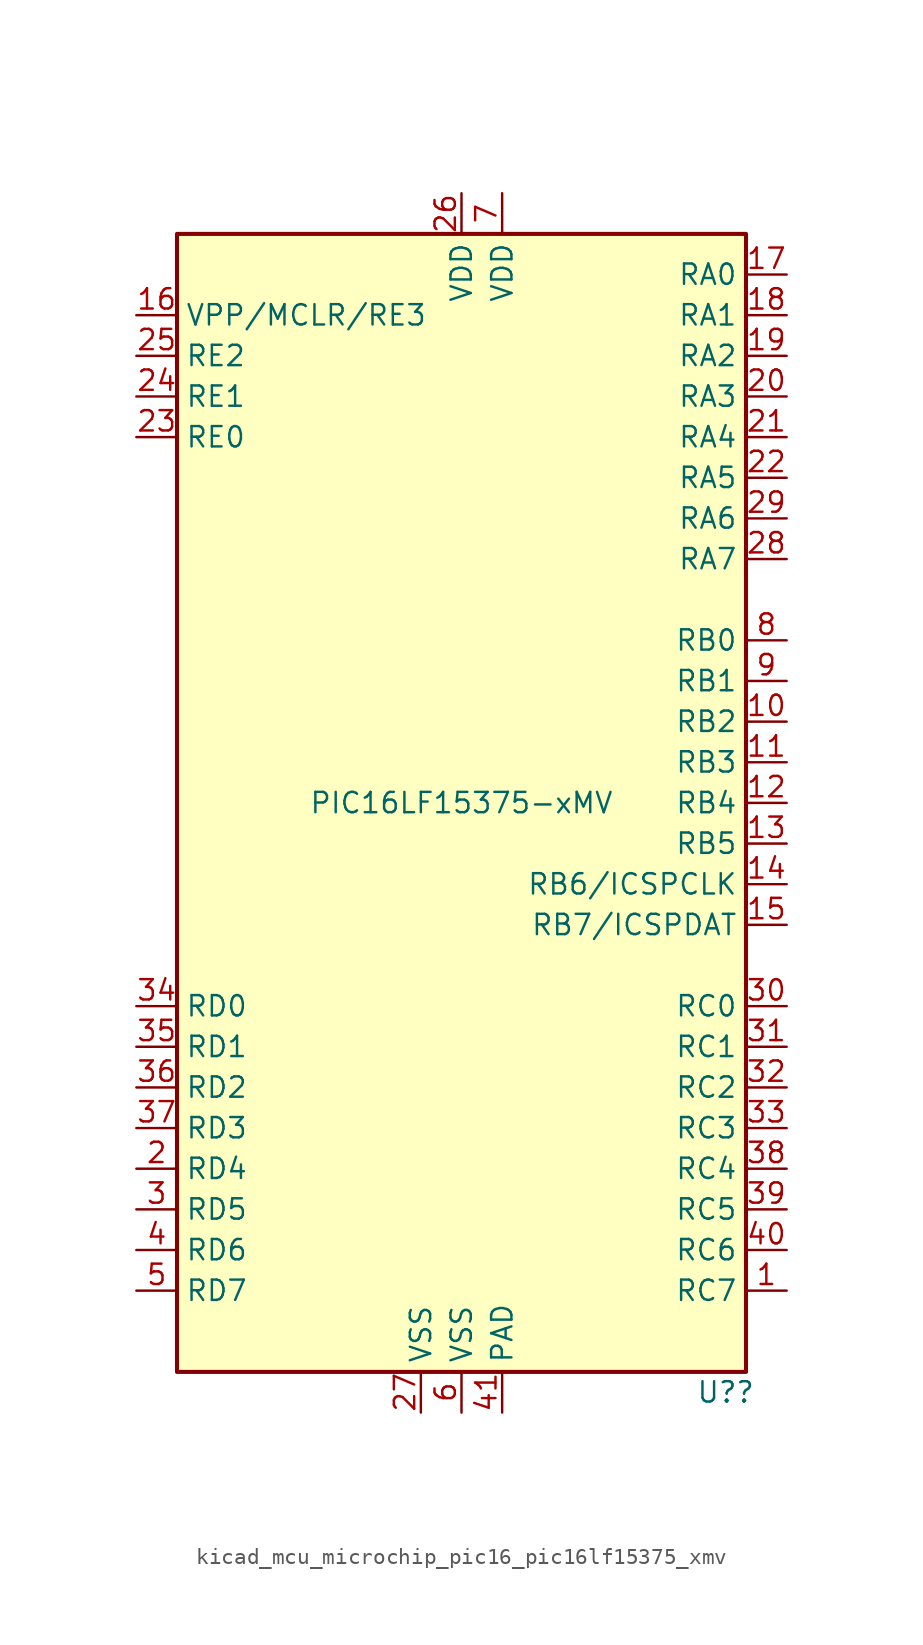
<source format=kicad_sym>
(kicad_symbol_lib
  (version 20220914)
  (generator kicad_symbol_editor)
  (symbol "kicad_mcu_microchip_pic16_pic16lf15375_xmv"
    (property "Reference" "U?"
      (at 16.51 -36.83 0)
      (effects (font (size 1.27 1.27))))
    (property "Value" "PIC16LF15375-xMV"
      (at 0 0 0)
      (effects (font (size 1.27 1.27))))
    (symbol "kicad_mcu_microchip_pic16_pic16lf15375_xmv_0_0"
      (pin power_in line (at 2.54 -38.1 90) (length 2.54) (name "PAD" (effects (font (size 1.27 1.27)))) (number "41" (effects (font (size 1.27 1.27))))))
    (symbol "kicad_mcu_microchip_pic16_pic16lf15375_xmv_0_1"
      (rectangle (start -17.78 35.56) (end 17.78 -35.56) (stroke (width 0.254) (type default)) (fill (type background))))
    (symbol "kicad_mcu_microchip_pic16_pic16lf15375_xmv_1_1"
      (pin bidirectional line (at 20.32 -30.48 180) (length 2.54) (name "RC7" (effects (font (size 1.27 1.27)))) (number "1" (effects (font (size 1.27 1.27)))))
      (pin bidirectional line (at 20.32 5.08 180) (length 2.54) (name "RB2" (effects (font (size 1.27 1.27)))) (number "10" (effects (font (size 1.27 1.27)))))
      (pin bidirectional line (at 20.32 2.54 180) (length 2.54) (name "RB3" (effects (font (size 1.27 1.27)))) (number "11" (effects (font (size 1.27 1.27)))))
      (pin bidirectional line (at 20.32 0 180) (length 2.54) (name "RB4" (effects (font (size 1.27 1.27)))) (number "12" (effects (font (size 1.27 1.27)))))
      (pin bidirectional line (at 20.32 -2.54 180) (length 2.54) (name "RB5" (effects (font (size 1.27 1.27)))) (number "13" (effects (font (size 1.27 1.27)))))
      (pin bidirectional line (at 20.32 -5.08 180) (length 2.54) (name "RB6/ICSPCLK" (effects (font (size 1.27 1.27)))) (number "14" (effects (font (size 1.27 1.27)))))
      (pin bidirectional line (at 20.32 -7.62 180) (length 2.54) (name "RB7/ICSPDAT" (effects (font (size 1.27 1.27)))) (number "15" (effects (font (size 1.27 1.27)))))
      (pin bidirectional line (at -20.32 30.48 0) (length 2.54) (name "VPP/MCLR/RE3" (effects (font (size 1.27 1.27)))) (number "16" (effects (font (size 1.27 1.27)))))
      (pin bidirectional line (at 20.32 33.02 180) (length 2.54) (name "RA0" (effects (font (size 1.27 1.27)))) (number "17" (effects (font (size 1.27 1.27)))))
      (pin bidirectional line (at 20.32 30.48 180) (length 2.54) (name "RA1" (effects (font (size 1.27 1.27)))) (number "18" (effects (font (size 1.27 1.27)))))
      (pin bidirectional line (at 20.32 27.94 180) (length 2.54) (name "RA2" (effects (font (size 1.27 1.27)))) (number "19" (effects (font (size 1.27 1.27)))))
      (pin bidirectional line (at -20.32 -22.86 0) (length 2.54) (name "RD4" (effects (font (size 1.27 1.27)))) (number "2" (effects (font (size 1.27 1.27)))))
      (pin bidirectional line (at 20.32 25.4 180) (length 2.54) (name "RA3" (effects (font (size 1.27 1.27)))) (number "20" (effects (font (size 1.27 1.27)))))
      (pin bidirectional line (at 20.32 22.86 180) (length 2.54) (name "RA4" (effects (font (size 1.27 1.27)))) (number "21" (effects (font (size 1.27 1.27)))))
      (pin bidirectional line (at 20.32 20.32 180) (length 2.54) (name "RA5" (effects (font (size 1.27 1.27)))) (number "22" (effects (font (size 1.27 1.27)))))
      (pin bidirectional line (at -20.32 22.86 0) (length 2.54) (name "RE0" (effects (font (size 1.27 1.27)))) (number "23" (effects (font (size 1.27 1.27)))))
      (pin bidirectional line (at -20.32 25.4 0) (length 2.54) (name "RE1" (effects (font (size 1.27 1.27)))) (number "24" (effects (font (size 1.27 1.27)))))
      (pin bidirectional line (at -20.32 27.94 0) (length 2.54) (name "RE2" (effects (font (size 1.27 1.27)))) (number "25" (effects (font (size 1.27 1.27)))))
      (pin power_in line (at 0 38.1 270) (length 2.54) (name "VDD" (effects (font (size 1.27 1.27)))) (number "26" (effects (font (size 1.27 1.27)))))
      (pin power_in line (at -2.54 -38.1 90) (length 2.54) (name "VSS" (effects (font (size 1.27 1.27)))) (number "27" (effects (font (size 1.27 1.27)))))
      (pin bidirectional line (at 20.32 15.24 180) (length 2.54) (name "RA7" (effects (font (size 1.27 1.27)))) (number "28" (effects (font (size 1.27 1.27)))))
      (pin bidirectional line (at 20.32 17.78 180) (length 2.54) (name "RA6" (effects (font (size 1.27 1.27)))) (number "29" (effects (font (size 1.27 1.27)))))
      (pin bidirectional line (at -20.32 -25.4 0) (length 2.54) (name "RD5" (effects (font (size 1.27 1.27)))) (number "3" (effects (font (size 1.27 1.27)))))
      (pin bidirectional line (at 20.32 -12.7 180) (length 2.54) (name "RC0" (effects (font (size 1.27 1.27)))) (number "30" (effects (font (size 1.27 1.27)))))
      (pin bidirectional line (at 20.32 -15.24 180) (length 2.54) (name "RC1" (effects (font (size 1.27 1.27)))) (number "31" (effects (font (size 1.27 1.27)))))
      (pin bidirectional line (at 20.32 -17.78 180) (length 2.54) (name "RC2" (effects (font (size 1.27 1.27)))) (number "32" (effects (font (size 1.27 1.27)))))
      (pin bidirectional line (at 20.32 -20.32 180) (length 2.54) (name "RC3" (effects (font (size 1.27 1.27)))) (number "33" (effects (font (size 1.27 1.27)))))
      (pin bidirectional line (at -20.32 -12.7 0) (length 2.54) (name "RD0" (effects (font (size 1.27 1.27)))) (number "34" (effects (font (size 1.27 1.27)))))
      (pin bidirectional line (at -20.32 -15.24 0) (length 2.54) (name "RD1" (effects (font (size 1.27 1.27)))) (number "35" (effects (font (size 1.27 1.27)))))
      (pin bidirectional line (at -20.32 -17.78 0) (length 2.54) (name "RD2" (effects (font (size 1.27 1.27)))) (number "36" (effects (font (size 1.27 1.27)))))
      (pin bidirectional line (at -20.32 -20.32 0) (length 2.54) (name "RD3" (effects (font (size 1.27 1.27)))) (number "37" (effects (font (size 1.27 1.27)))))
      (pin bidirectional line (at 20.32 -22.86 180) (length 2.54) (name "RC4" (effects (font (size 1.27 1.27)))) (number "38" (effects (font (size 1.27 1.27)))))
      (pin bidirectional line (at 20.32 -25.4 180) (length 2.54) (name "RC5" (effects (font (size 1.27 1.27)))) (number "39" (effects (font (size 1.27 1.27)))))
      (pin bidirectional line (at -20.32 -27.94 0) (length 2.54) (name "RD6" (effects (font (size 1.27 1.27)))) (number "4" (effects (font (size 1.27 1.27)))))
      (pin bidirectional line (at 20.32 -27.94 180) (length 2.54) (name "RC6" (effects (font (size 1.27 1.27)))) (number "40" (effects (font (size 1.27 1.27)))))
      (pin bidirectional line (at -20.32 -30.48 0) (length 2.54) (name "RD7" (effects (font (size 1.27 1.27)))) (number "5" (effects (font (size 1.27 1.27)))))
      (pin power_in line (at 0 -38.1 90) (length 2.54) (name "VSS" (effects (font (size 1.27 1.27)))) (number "6" (effects (font (size 1.27 1.27)))))
      (pin power_in line (at 2.54 38.1 270) (length 2.54) (name "VDD" (effects (font (size 1.27 1.27)))) (number "7" (effects (font (size 1.27 1.27)))))
      (pin bidirectional line (at 20.32 10.16 180) (length 2.54) (name "RB0" (effects (font (size 1.27 1.27)))) (number "8" (effects (font (size 1.27 1.27)))))
      (pin bidirectional line (at 20.32 7.62 180) (length 2.54) (name "RB1" (effects (font (size 1.27 1.27)))) (number "9" (effects (font (size 1.27 1.27))))))))
</source>
